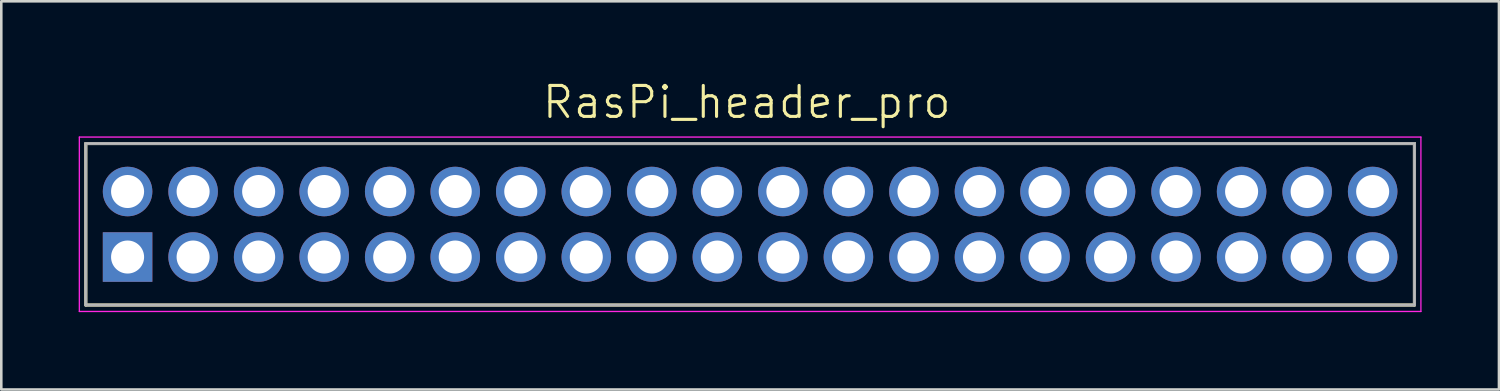
<source format=kicad_pcb>
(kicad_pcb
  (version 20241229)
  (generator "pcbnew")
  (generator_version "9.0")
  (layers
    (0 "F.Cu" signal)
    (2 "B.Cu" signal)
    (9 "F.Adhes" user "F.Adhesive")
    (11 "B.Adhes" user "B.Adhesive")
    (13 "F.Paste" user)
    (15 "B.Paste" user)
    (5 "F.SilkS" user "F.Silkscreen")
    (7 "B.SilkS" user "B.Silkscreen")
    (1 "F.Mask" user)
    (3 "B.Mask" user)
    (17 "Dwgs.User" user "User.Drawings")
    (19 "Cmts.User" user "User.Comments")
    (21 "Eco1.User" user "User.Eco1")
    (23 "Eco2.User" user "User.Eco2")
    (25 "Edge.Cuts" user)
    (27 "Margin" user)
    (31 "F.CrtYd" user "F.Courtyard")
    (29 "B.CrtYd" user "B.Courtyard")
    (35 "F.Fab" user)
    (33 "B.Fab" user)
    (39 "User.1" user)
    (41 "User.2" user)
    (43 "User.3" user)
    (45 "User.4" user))
  (footprint "RasPi_header_pro"
    (layer "F.Cu")
    (at 1.895 6.913)
    (property "Reference" "RasPi_header_pro" (at 24 -6 0) (layer "F.SilkS") (effects (font (size 1.2 1.2) (thickness 0.12))))
    (attr through_hole)
    (fp_line (start -1.62 -4.4) (end 49.88 -4.4) (stroke (width 0.12) (type solid)) (layer "F.SilkS"))
    (fp_line (start -1.62 1.86) (end -1.62 -4.4) (stroke (width 0.12) (type solid)) (layer "F.SilkS"))
    (fp_line (start 49.88 -4.4) (end 49.88 1.86) (stroke (width 0.12) (type solid)) (layer "F.SilkS"))
    (fp_line (start 49.88 1.86) (end -1.62 1.86) (stroke (width 0.12) (type solid)) (layer "F.SilkS"))
    (fp_line (start -1.62 -4.395) (end 49.88 -4.395) (stroke (width 0.025) (type solid)) (layer "Dwgs.User"))
    (fp_line (start -1.62 1.855) (end -1.62 -4.395) (stroke (width 0.025) (type solid)) (layer "Dwgs.User"))
    (fp_line (start -0.4 -2.94) (end 0.4 -2.94) (stroke (width 0.025) (type solid)) (layer "Dwgs.User"))
    (fp_line (start -0.4 -2.14) (end -0.4 -2.94) (stroke (width 0.025) (type solid)) (layer "Dwgs.User"))
    (fp_line (start -0.4 -0.4) (end 0.4 -0.4) (stroke (width 0.025) (type solid)) (layer "Dwgs.User"))
    (fp_line (start -0.4 0.4) (end -0.4 -0.4) (stroke (width 0.025) (type solid)) (layer "Dwgs.User"))
    (fp_line (start 0.4 -2.94) (end 0.4 -2.14) (stroke (width 0.025) (type solid)) (layer "Dwgs.User"))
    (fp_line (start 0.4 -2.14) (end -0.4 -2.14) (stroke (width 0.025) (type solid)) (layer "Dwgs.User"))
    (fp_line (start 0.4 -0.4) (end 0.4 0.4) (stroke (width 0.025) (type solid)) (layer "Dwgs.User"))
    (fp_line (start 0.4 0.4) (end -0.4 0.4) (stroke (width 0.025) (type solid)) (layer "Dwgs.User"))
    (fp_line (start 2.14 -2.94) (end 2.94 -2.94) (stroke (width 0.025) (type solid)) (layer "Dwgs.User"))
    (fp_line (start 2.14 -2.14) (end 2.14 -2.94) (stroke (width 0.025) (type solid)) (layer "Dwgs.User"))
    (fp_line (start 2.14 -0.4) (end 2.94 -0.4) (stroke (width 0.025) (type solid)) (layer "Dwgs.User"))
    (fp_line (start 2.14 0.4) (end 2.14 -0.4) (stroke (width 0.025) (type solid)) (layer "Dwgs.User"))
    (fp_line (start 2.94 -2.94) (end 2.94 -2.14) (stroke (width 0.025) (type solid)) (layer "Dwgs.User"))
    (fp_line (start 2.94 -2.14) (end 2.14 -2.14) (stroke (width 0.025) (type solid)) (layer "Dwgs.User"))
    (fp_line (start 2.94 -0.4) (end 2.94 0.4) (stroke (width 0.025) (type solid)) (layer "Dwgs.User"))
    (fp_line (start 2.94 0.4) (end 2.14 0.4) (stroke (width 0.025) (type solid)) (layer "Dwgs.User"))
    (fp_line (start 4.68 -2.94) (end 5.48 -2.94) (stroke (width 0.025) (type solid)) (layer "Dwgs.User"))
    (fp_line (start 4.68 -2.14) (end 4.68 -2.94) (stroke (width 0.025) (type solid)) (layer "Dwgs.User"))
    (fp_line (start 4.68 -0.4) (end 5.48 -0.4) (stroke (width 0.025) (type solid)) (layer "Dwgs.User"))
    (fp_line (start 4.68 0.4) (end 4.68 -0.4) (stroke (width 0.025) (type solid)) (layer "Dwgs.User"))
    (fp_line (start 5.48 -2.94) (end 5.48 -2.14) (stroke (width 0.025) (type solid)) (layer "Dwgs.User"))
    (fp_line (start 5.48 -2.14) (end 4.68 -2.14) (stroke (width 0.025) (type solid)) (layer "Dwgs.User"))
    (fp_line (start 5.48 -0.4) (end 5.48 0.4) (stroke (width 0.025) (type solid)) (layer "Dwgs.User"))
    (fp_line (start 5.48 0.4) (end 4.68 0.4) (stroke (width 0.025) (type solid)) (layer "Dwgs.User"))
    (fp_line (start 7.22 -2.94) (end 8.02 -2.94) (stroke (width 0.025) (type solid)) (layer "Dwgs.User"))
    (fp_line (start 7.22 -2.14) (end 7.22 -2.94) (stroke (width 0.025) (type solid)) (layer "Dwgs.User"))
    (fp_line (start 7.22 -0.4) (end 8.02 -0.4) (stroke (width 0.025) (type solid)) (layer "Dwgs.User"))
    (fp_line (start 7.22 0.4) (end 7.22 -0.4) (stroke (width 0.025) (type solid)) (layer "Dwgs.User"))
    (fp_line (start 8.02 -2.94) (end 8.02 -2.14) (stroke (width 0.025) (type solid)) (layer "Dwgs.User"))
    (fp_line (start 8.02 -2.14) (end 7.22 -2.14) (stroke (width 0.025) (type solid)) (layer "Dwgs.User"))
    (fp_line (start 8.02 -0.4) (end 8.02 0.4) (stroke (width 0.025) (type solid)) (layer "Dwgs.User"))
    (fp_line (start 8.02 0.4) (end 7.22 0.4) (stroke (width 0.025) (type solid)) (layer "Dwgs.User"))
    (fp_line (start 9.76 -2.94) (end 10.56 -2.94) (stroke (width 0.025) (type solid)) (layer "Dwgs.User"))
    (fp_line (start 9.76 -2.14) (end 9.76 -2.94) (stroke (width 0.025) (type solid)) (layer "Dwgs.User"))
    (fp_line (start 9.76 -0.4) (end 10.56 -0.4) (stroke (width 0.025) (type solid)) (layer "Dwgs.User"))
    (fp_line (start 9.76 0.4) (end 9.76 -0.4) (stroke (width 0.025) (type solid)) (layer "Dwgs.User"))
    (fp_line (start 10.56 -2.94) (end 10.56 -2.14) (stroke (width 0.025) (type solid)) (layer "Dwgs.User"))
    (fp_line (start 10.56 -2.14) (end 9.76 -2.14) (stroke (width 0.025) (type solid)) (layer "Dwgs.User"))
    (fp_line (start 10.56 -0.4) (end 10.56 0.4) (stroke (width 0.025) (type solid)) (layer "Dwgs.User"))
    (fp_line (start 10.56 0.4) (end 9.76 0.4) (stroke (width 0.025) (type solid)) (layer "Dwgs.User"))
    (fp_line (start 12.3 -2.94) (end 13.1 -2.94) (stroke (width 0.025) (type solid)) (layer "Dwgs.User"))
    (fp_line (start 12.3 -2.14) (end 12.3 -2.94) (stroke (width 0.025) (type solid)) (layer "Dwgs.User"))
    (fp_line (start 12.3 -0.4) (end 13.1 -0.4) (stroke (width 0.025) (type solid)) (layer "Dwgs.User"))
    (fp_line (start 12.3 0.4) (end 12.3 -0.4) (stroke (width 0.025) (type solid)) (layer "Dwgs.User"))
    (fp_line (start 13.1 -2.94) (end 13.1 -2.14) (stroke (width 0.025) (type solid)) (layer "Dwgs.User"))
    (fp_line (start 13.1 -2.14) (end 12.3 -2.14) (stroke (width 0.025) (type solid)) (layer "Dwgs.User"))
    (fp_line (start 13.1 -0.4) (end 13.1 0.4) (stroke (width 0.025) (type solid)) (layer "Dwgs.User"))
    (fp_line (start 13.1 0.4) (end 12.3 0.4) (stroke (width 0.025) (type solid)) (layer "Dwgs.User"))
    (fp_line (start 14.84 -2.94) (end 15.64 -2.94) (stroke (width 0.025) (type solid)) (layer "Dwgs.User"))
    (fp_line (start 14.84 -2.14) (end 14.84 -2.94) (stroke (width 0.025) (type solid)) (layer "Dwgs.User"))
    (fp_line (start 14.84 -0.4) (end 15.64 -0.4) (stroke (width 0.025) (type solid)) (layer "Dwgs.User"))
    (fp_line (start 14.84 0.4) (end 14.84 -0.4) (stroke (width 0.025) (type solid)) (layer "Dwgs.User"))
    (fp_line (start 15.64 -2.94) (end 15.64 -2.14) (stroke (width 0.025) (type solid)) (layer "Dwgs.User"))
    (fp_line (start 15.64 -2.14) (end 14.84 -2.14) (stroke (width 0.025) (type solid)) (layer "Dwgs.User"))
    (fp_line (start 15.64 -0.4) (end 15.64 0.4) (stroke (width 0.025) (type solid)) (layer "Dwgs.User"))
    (fp_line (start 15.64 0.4) (end 14.84 0.4) (stroke (width 0.025) (type solid)) (layer "Dwgs.User"))
    (fp_line (start 17.38 -2.94) (end 18.18 -2.94) (stroke (width 0.025) (type solid)) (layer "Dwgs.User"))
    (fp_line (start 17.38 -2.14) (end 17.38 -2.94) (stroke (width 0.025) (type solid)) (layer "Dwgs.User"))
    (fp_line (start 17.38 -0.4) (end 18.18 -0.4) (stroke (width 0.025) (type solid)) (layer "Dwgs.User"))
    (fp_line (start 17.38 0.4) (end 17.38 -0.4) (stroke (width 0.025) (type solid)) (layer "Dwgs.User"))
    (fp_line (start 18.18 -2.94) (end 18.18 -2.14) (stroke (width 0.025) (type solid)) (layer "Dwgs.User"))
    (fp_line (start 18.18 -2.14) (end 17.38 -2.14) (stroke (width 0.025) (type solid)) (layer "Dwgs.User"))
    (fp_line (start 18.18 -0.4) (end 18.18 0.4) (stroke (width 0.025) (type solid)) (layer "Dwgs.User"))
    (fp_line (start 18.18 0.4) (end 17.38 0.4) (stroke (width 0.025) (type solid)) (layer "Dwgs.User"))
    (fp_line (start 19.92 -2.94) (end 20.72 -2.94) (stroke (width 0.025) (type solid)) (layer "Dwgs.User"))
    (fp_line (start 19.92 -2.14) (end 19.92 -2.94) (stroke (width 0.025) (type solid)) (layer "Dwgs.User"))
    (fp_line (start 19.92 -0.4) (end 20.72 -0.4) (stroke (width 0.025) (type solid)) (layer "Dwgs.User"))
    (fp_line (start 19.92 0.4) (end 19.92 -0.4) (stroke (width 0.025) (type solid)) (layer "Dwgs.User"))
    (fp_line (start 20.72 -2.94) (end 20.72 -2.14) (stroke (width 0.025) (type solid)) (layer "Dwgs.User"))
    (fp_line (start 20.72 -2.14) (end 19.92 -2.14) (stroke (width 0.025) (type solid)) (layer "Dwgs.User"))
    (fp_line (start 20.72 -0.4) (end 20.72 0.4) (stroke (width 0.025) (type solid)) (layer "Dwgs.User"))
    (fp_line (start 20.72 0.4) (end 19.92 0.4) (stroke (width 0.025) (type solid)) (layer "Dwgs.User"))
    (fp_line (start 22.46 -2.94) (end 23.26 -2.94) (stroke (width 0.025) (type solid)) (layer "Dwgs.User"))
    (fp_line (start 22.46 -2.14) (end 22.46 -2.94) (stroke (width 0.025) (type solid)) (layer "Dwgs.User"))
    (fp_line (start 22.46 -0.4) (end 23.26 -0.4) (stroke (width 0.025) (type solid)) (layer "Dwgs.User"))
    (fp_line (start 22.46 0.4) (end 22.46 -0.4) (stroke (width 0.025) (type solid)) (layer "Dwgs.User"))
    (fp_line (start 23.26 -2.94) (end 23.26 -2.14) (stroke (width 0.025) (type solid)) (layer "Dwgs.User"))
    (fp_line (start 23.26 -2.14) (end 22.46 -2.14) (stroke (width 0.025) (type solid)) (layer "Dwgs.User"))
    (fp_line (start 23.26 -0.4) (end 23.26 0.4) (stroke (width 0.025) (type solid)) (layer "Dwgs.User"))
    (fp_line (start 23.26 0.4) (end 22.46 0.4) (stroke (width 0.025) (type solid)) (layer "Dwgs.User"))
    (fp_line (start 25 -2.94) (end 25.8 -2.94) (stroke (width 0.025) (type solid)) (layer "Dwgs.User"))
    (fp_line (start 25 -2.14) (end 25 -2.94) (stroke (width 0.025) (type solid)) (layer "Dwgs.User"))
    (fp_line (start 25 -0.4) (end 25.8 -0.4) (stroke (width 0.025) (type solid)) (layer "Dwgs.User"))
    (fp_line (start 25 0.4) (end 25 -0.4) (stroke (width 0.025) (type solid)) (layer "Dwgs.User"))
    (fp_line (start 25.8 -2.94) (end 25.8 -2.14) (stroke (width 0.025) (type solid)) (layer "Dwgs.User"))
    (fp_line (start 25.8 -2.14) (end 25 -2.14) (stroke (width 0.025) (type solid)) (layer "Dwgs.User"))
    (fp_line (start 25.8 -0.4) (end 25.8 0.4) (stroke (width 0.025) (type solid)) (layer "Dwgs.User"))
    (fp_line (start 25.8 0.4) (end 25 0.4) (stroke (width 0.025) (type solid)) (layer "Dwgs.User"))
    (fp_line (start 27.54 -2.94) (end 28.34 -2.94) (stroke (width 0.025) (type solid)) (layer "Dwgs.User"))
    (fp_line (start 27.54 -2.14) (end 27.54 -2.94) (stroke (width 0.025) (type solid)) (layer "Dwgs.User"))
    (fp_line (start 27.54 -0.4) (end 28.34 -0.4) (stroke (width 0.025) (type solid)) (layer "Dwgs.User"))
    (fp_line (start 27.54 0.4) (end 27.54 -0.4) (stroke (width 0.025) (type solid)) (layer "Dwgs.User"))
    (fp_line (start 28.34 -2.94) (end 28.34 -2.14) (stroke (width 0.025) (type solid)) (layer "Dwgs.User"))
    (fp_line (start 28.34 -2.14) (end 27.54 -2.14) (stroke (width 0.025) (type solid)) (layer "Dwgs.User"))
    (fp_line (start 28.34 -0.4) (end 28.34 0.4) (stroke (width 0.025) (type solid)) (layer "Dwgs.User"))
    (fp_line (start 28.34 0.4) (end 27.54 0.4) (stroke (width 0.025) (type solid)) (layer "Dwgs.User"))
    (fp_line (start 30.08 -2.94) (end 30.88 -2.94) (stroke (width 0.025) (type solid)) (layer "Dwgs.User"))
    (fp_line (start 30.08 -2.14) (end 30.08 -2.94) (stroke (width 0.025) (type solid)) (layer "Dwgs.User"))
    (fp_line (start 30.08 -0.4) (end 30.88 -0.4) (stroke (width 0.025) (type solid)) (layer "Dwgs.User"))
    (fp_line (start 30.08 0.4) (end 30.08 -0.4) (stroke (width 0.025) (type solid)) (layer "Dwgs.User"))
    (fp_line (start 30.88 -2.94) (end 30.88 -2.14) (stroke (width 0.025) (type solid)) (layer "Dwgs.User"))
    (fp_line (start 30.88 -2.14) (end 30.08 -2.14) (stroke (width 0.025) (type solid)) (layer "Dwgs.User"))
    (fp_line (start 30.88 -0.4) (end 30.88 0.4) (stroke (width 0.025) (type solid)) (layer "Dwgs.User"))
    (fp_line (start 30.88 0.4) (end 30.08 0.4) (stroke (width 0.025) (type solid)) (layer "Dwgs.User"))
    (fp_line (start 32.62 -2.94) (end 33.42 -2.94) (stroke (width 0.025) (type solid)) (layer "Dwgs.User"))
    (fp_line (start 32.62 -2.14) (end 32.62 -2.94) (stroke (width 0.025) (type solid)) (layer "Dwgs.User"))
    (fp_line (start 32.62 -0.4) (end 33.42 -0.4) (stroke (width 0.025) (type solid)) (layer "Dwgs.User"))
    (fp_line (start 32.62 0.4) (end 32.62 -0.4) (stroke (width 0.025) (type solid)) (layer "Dwgs.User"))
    (fp_line (start 33.42 -2.94) (end 33.42 -2.14) (stroke (width 0.025) (type solid)) (layer "Dwgs.User"))
    (fp_line (start 33.42 -2.14) (end 32.62 -2.14) (stroke (width 0.025) (type solid)) (layer "Dwgs.User"))
    (fp_line (start 33.42 -0.4) (end 33.42 0.4) (stroke (width 0.025) (type solid)) (layer "Dwgs.User"))
    (fp_line (start 33.42 0.4) (end 32.62 0.4) (stroke (width 0.025) (type solid)) (layer "Dwgs.User"))
    (fp_line (start 35.16 -2.94) (end 35.96 -2.94) (stroke (width 0.025) (type solid)) (layer "Dwgs.User"))
    (fp_line (start 35.16 -2.14) (end 35.16 -2.94) (stroke (width 0.025) (type solid)) (layer "Dwgs.User"))
    (fp_line (start 35.16 -0.4) (end 35.96 -0.4) (stroke (width 0.025) (type solid)) (layer "Dwgs.User"))
    (fp_line (start 35.16 0.4) (end 35.16 -0.4) (stroke (width 0.025) (type solid)) (layer "Dwgs.User"))
    (fp_line (start 35.96 -2.94) (end 35.96 -2.14) (stroke (width 0.025) (type solid)) (layer "Dwgs.User"))
    (fp_line (start 35.96 -2.14) (end 35.16 -2.14) (stroke (width 0.025) (type solid)) (layer "Dwgs.User"))
    (fp_line (start 35.96 -0.4) (end 35.96 0.4) (stroke (width 0.025) (type solid)) (layer "Dwgs.User"))
    (fp_line (start 35.96 0.4) (end 35.16 0.4) (stroke (width 0.025) (type solid)) (layer "Dwgs.User"))
    (fp_line (start 37.7 -2.94) (end 38.5 -2.94) (stroke (width 0.025) (type solid)) (layer "Dwgs.User"))
    (fp_line (start 37.7 -2.14) (end 37.7 -2.94) (stroke (width 0.025) (type solid)) (layer "Dwgs.User"))
    (fp_line (start 37.7 -0.4) (end 38.5 -0.4) (stroke (width 0.025) (type solid)) (layer "Dwgs.User"))
    (fp_line (start 37.7 0.4) (end 37.7 -0.4) (stroke (width 0.025) (type solid)) (layer "Dwgs.User"))
    (fp_line (start 38.5 -2.94) (end 38.5 -2.14) (stroke (width 0.025) (type solid)) (layer "Dwgs.User"))
    (fp_line (start 38.5 -2.14) (end 37.7 -2.14) (stroke (width 0.025) (type solid)) (layer "Dwgs.User"))
    (fp_line (start 38.5 -0.4) (end 38.5 0.4) (stroke (width 0.025) (type solid)) (layer "Dwgs.User"))
    (fp_line (start 38.5 0.4) (end 37.7 0.4) (stroke (width 0.025) (type solid)) (layer "Dwgs.User"))
    (fp_line (start 40.24 -2.94) (end 41.04 -2.94) (stroke (width 0.025) (type solid)) (layer "Dwgs.User"))
    (fp_line (start 40.24 -2.14) (end 40.24 -2.94) (stroke (width 0.025) (type solid)) (layer "Dwgs.User"))
    (fp_line (start 40.24 -0.4) (end 41.04 -0.4) (stroke (width 0.025) (type solid)) (layer "Dwgs.User"))
    (fp_line (start 40.24 0.4) (end 40.24 -0.4) (stroke (width 0.025) (type solid)) (layer "Dwgs.User"))
    (fp_line (start 41.04 -2.94) (end 41.04 -2.14) (stroke (width 0.025) (type solid)) (layer "Dwgs.User"))
    (fp_line (start 41.04 -2.14) (end 40.24 -2.14) (stroke (width 0.025) (type solid)) (layer "Dwgs.User"))
    (fp_line (start 41.04 -0.4) (end 41.04 0.4) (stroke (width 0.025) (type solid)) (layer "Dwgs.User"))
    (fp_line (start 41.04 0.4) (end 40.24 0.4) (stroke (width 0.025) (type solid)) (layer "Dwgs.User"))
    (fp_line (start 42.78 -2.94) (end 43.58 -2.94) (stroke (width 0.025) (type solid)) (layer "Dwgs.User"))
    (fp_line (start 42.78 -2.14) (end 42.78 -2.94) (stroke (width 0.025) (type solid)) (layer "Dwgs.User"))
    (fp_line (start 42.78 -0.4) (end 43.58 -0.4) (stroke (width 0.025) (type solid)) (layer "Dwgs.User"))
    (fp_line (start 42.78 0.4) (end 42.78 -0.4) (stroke (width 0.025) (type solid)) (layer "Dwgs.User"))
    (fp_line (start 43.58 -2.94) (end 43.58 -2.14) (stroke (width 0.025) (type solid)) (layer "Dwgs.User"))
    (fp_line (start 43.58 -2.14) (end 42.78 -2.14) (stroke (width 0.025) (type solid)) (layer "Dwgs.User"))
    (fp_line (start 43.58 -0.4) (end 43.58 0.4) (stroke (width 0.025) (type solid)) (layer "Dwgs.User"))
    (fp_line (start 43.58 0.4) (end 42.78 0.4) (stroke (width 0.025) (type solid)) (layer "Dwgs.User"))
    (fp_line (start 45.32 -2.94) (end 46.12 -2.94) (stroke (width 0.025) (type solid)) (layer "Dwgs.User"))
    (fp_line (start 45.32 -2.14) (end 45.32 -2.94) (stroke (width 0.025) (type solid)) (layer "Dwgs.User"))
    (fp_line (start 45.32 -0.4) (end 46.12 -0.4) (stroke (width 0.025) (type solid)) (layer "Dwgs.User"))
    (fp_line (start 45.32 0.4) (end 45.32 -0.4) (stroke (width 0.025) (type solid)) (layer "Dwgs.User"))
    (fp_line (start 46.12 -2.94) (end 46.12 -2.14) (stroke (width 0.025) (type solid)) (layer "Dwgs.User"))
    (fp_line (start 46.12 -2.14) (end 45.32 -2.14) (stroke (width 0.025) (type solid)) (layer "Dwgs.User"))
    (fp_line (start 46.12 -0.4) (end 46.12 0.4) (stroke (width 0.025) (type solid)) (layer "Dwgs.User"))
    (fp_line (start 46.12 0.4) (end 45.32 0.4) (stroke (width 0.025) (type solid)) (layer "Dwgs.User"))
    (fp_line (start 47.86 -2.94) (end 48.66 -2.94) (stroke (width 0.025) (type solid)) (layer "Dwgs.User"))
    (fp_line (start 47.86 -2.14) (end 47.86 -2.94) (stroke (width 0.025) (type solid)) (layer "Dwgs.User"))
    (fp_line (start 47.86 -0.4) (end 48.66 -0.4) (stroke (width 0.025) (type solid)) (layer "Dwgs.User"))
    (fp_line (start 47.86 0.4) (end 47.86 -0.4) (stroke (width 0.025) (type solid)) (layer "Dwgs.User"))
    (fp_line (start 48.66 -2.94) (end 48.66 -2.14) (stroke (width 0.025) (type solid)) (layer "Dwgs.User"))
    (fp_line (start 48.66 -2.14) (end 47.86 -2.14) (stroke (width 0.025) (type solid)) (layer "Dwgs.User"))
    (fp_line (start 48.66 -0.4) (end 48.66 0.4) (stroke (width 0.025) (type solid)) (layer "Dwgs.User"))
    (fp_line (start 48.66 0.4) (end 47.86 0.4) (stroke (width 0.025) (type solid)) (layer "Dwgs.User"))
    (fp_line (start 49.88 -4.395) (end 49.88 1.855) (stroke (width 0.025) (type solid)) (layer "Dwgs.User"))
    (fp_line (start 49.88 1.855) (end -1.62 1.855) (stroke (width 0.025) (type solid)) (layer "Dwgs.User"))
    (fp_line (start -1.87 -4.65) (end 50.13 -4.65) (stroke (width 0.05) (type solid)) (layer "F.CrtYd"))
    (fp_line (start -1.87 2.11) (end -1.87 -4.65) (stroke (width 0.05) (type solid)) (layer "F.CrtYd"))
    (fp_line (start 50.13 -4.65) (end 50.13 2.11) (stroke (width 0.05) (type solid)) (layer "F.CrtYd"))
    (fp_line (start 50.13 2.11) (end -1.87 2.11) (stroke (width 0.05) (type solid)) (layer "F.CrtYd"))
    (fp_line (start -1.62 -4.4) (end 49.88 -4.4) (stroke (width 0.12) (type solid)) (layer "F.Fab"))
    (fp_line (start -1.62 1.86) (end -1.62 -4.4) (stroke (width 0.12) (type solid)) (layer "F.Fab"))
    (fp_line (start 49.88 -4.4) (end 49.88 1.86) (stroke (width 0.12) (type solid)) (layer "F.Fab"))
    (fp_line (start 49.88 1.86) (end -1.62 1.86) (stroke (width 0.12) (type solid)) (layer "F.Fab"))
    (pad "1" thru_hole rect (at 0 0) (size 1.92 1.92) (drill 1.28) (layers "*.Cu" "*.Mask"))
    (pad "2" thru_hole circle (at 0 -2.54) (size 1.92 1.92) (drill 1.28) (layers "*.Cu" "*.Mask"))
    (pad "3" thru_hole circle (at 2.54 0) (size 1.92 1.92) (drill 1.28) (layers "*.Cu" "*.Mask"))
    (pad "4" thru_hole circle (at 2.54 -2.54) (size 1.92 1.92) (drill 1.28) (layers "*.Cu" "*.Mask"))
    (pad "5" thru_hole circle (at 5.08 0) (size 1.92 1.92) (drill 1.28) (layers "*.Cu" "*.Mask"))
    (pad "6" thru_hole circle (at 5.08 -2.54) (size 1.92 1.92) (drill 1.28) (layers "*.Cu" "*.Mask"))
    (pad "7" thru_hole circle (at 7.62 0) (size 1.92 1.92) (drill 1.28) (layers "*.Cu" "*.Mask"))
    (pad "8" thru_hole circle (at 7.62 -2.54) (size 1.92 1.92) (drill 1.28) (layers "*.Cu" "*.Mask"))
    (pad "9" thru_hole circle (at 10.16 0) (size 1.92 1.92) (drill 1.28) (layers "*.Cu" "*.Mask"))
    (pad "10" thru_hole circle (at 10.16 -2.54) (size 1.92 1.92) (drill 1.28) (layers "*.Cu" "*.Mask"))
    (pad "11" thru_hole circle (at 12.7 0) (size 1.92 1.92) (drill 1.28) (layers "*.Cu" "*.Mask"))
    (pad "12" thru_hole circle (at 12.7 -2.54) (size 1.92 1.92) (drill 1.28) (layers "*.Cu" "*.Mask"))
    (pad "13" thru_hole circle (at 15.24 0) (size 1.92 1.92) (drill 1.28) (layers "*.Cu" "*.Mask"))
    (pad "14" thru_hole circle (at 15.24 -2.54) (size 1.92 1.92) (drill 1.28) (layers "*.Cu" "*.Mask"))
    (pad "15" thru_hole circle (at 17.78 0) (size 1.92 1.92) (drill 1.28) (layers "*.Cu" "*.Mask"))
    (pad "16" thru_hole circle (at 17.78 -2.54) (size 1.92 1.92) (drill 1.28) (layers "*.Cu" "*.Mask"))
    (pad "17" thru_hole circle (at 20.32 0) (size 1.92 1.92) (drill 1.28) (layers "*.Cu" "*.Mask"))
    (pad "18" thru_hole circle (at 20.32 -2.54) (size 1.92 1.92) (drill 1.28) (layers "*.Cu" "*.Mask"))
    (pad "19" thru_hole circle (at 22.86 0) (size 1.92 1.92) (drill 1.28) (layers "*.Cu" "*.Mask"))
    (pad "20" thru_hole circle (at 22.86 -2.54) (size 1.92 1.92) (drill 1.28) (layers "*.Cu" "*.Mask"))
    (pad "21" thru_hole circle (at 25.4 0) (size 1.92 1.92) (drill 1.28) (layers "*.Cu" "*.Mask"))
    (pad "22" thru_hole circle (at 25.4 -2.54) (size 1.92 1.92) (drill 1.28) (layers "*.Cu" "*.Mask"))
    (pad "23" thru_hole circle (at 27.94 0) (size 1.92 1.92) (drill 1.28) (layers "*.Cu" "*.Mask"))
    (pad "24" thru_hole circle (at 27.94 -2.54) (size 1.92 1.92) (drill 1.28) (layers "*.Cu" "*.Mask"))
    (pad "25" thru_hole circle (at 30.48 0) (size 1.92 1.92) (drill 1.28) (layers "*.Cu" "*.Mask"))
    (pad "26" thru_hole circle (at 30.48 -2.54) (size 1.92 1.92) (drill 1.28) (layers "*.Cu" "*.Mask"))
    (pad "27" thru_hole circle (at 33.02 0) (size 1.92 1.92) (drill 1.28) (layers "*.Cu" "*.Mask"))
    (pad "28" thru_hole circle (at 33.02 -2.54) (size 1.92 1.92) (drill 1.28) (layers "*.Cu" "*.Mask"))
    (pad "29" thru_hole circle (at 35.56 0) (size 1.92 1.92) (drill 1.28) (layers "*.Cu" "*.Mask"))
    (pad "30" thru_hole circle (at 35.56 -2.54) (size 1.92 1.92) (drill 1.28) (layers "*.Cu" "*.Mask"))
    (pad "31" thru_hole circle (at 38.1 0) (size 1.92 1.92) (drill 1.28) (layers "*.Cu" "*.Mask"))
    (pad "32" thru_hole circle (at 38.1 -2.54) (size 1.92 1.92) (drill 1.28) (layers "*.Cu" "*.Mask"))
    (pad "33" thru_hole circle (at 40.64 0) (size 1.92 1.92) (drill 1.28) (layers "*.Cu" "*.Mask"))
    (pad "34" thru_hole circle (at 40.64 -2.54) (size 1.92 1.92) (drill 1.28) (layers "*.Cu" "*.Mask"))
    (pad "35" thru_hole circle (at 43.18 0) (size 1.92 1.92) (drill 1.28) (layers "*.Cu" "*.Mask"))
    (pad "36" thru_hole circle (at 43.18 -2.54) (size 1.92 1.92) (drill 1.28) (layers "*.Cu" "*.Mask"))
    (pad "37" thru_hole circle (at 45.72 0) (size 1.92 1.92) (drill 1.28) (layers "*.Cu" "*.Mask"))
    (pad "38" thru_hole circle (at 45.72 -2.54) (size 1.92 1.92) (drill 1.28) (layers "*.Cu" "*.Mask"))
    (pad "39" thru_hole circle (at 48.26 0) (size 1.92 1.92) (drill 1.28) (layers "*.Cu" "*.Mask"))
    (pad "40" thru_hole circle (at 48.26 -2.54) (size 1.92 1.92) (drill 1.28) (layers "*.Cu" "*.Mask")))
  (gr_rect
    (start -3 -3)
    (end 55.05 12.048)
    (stroke (width 0.1) (type default))
    (fill no)
    (layer "Edge.Cuts")))
</source>
